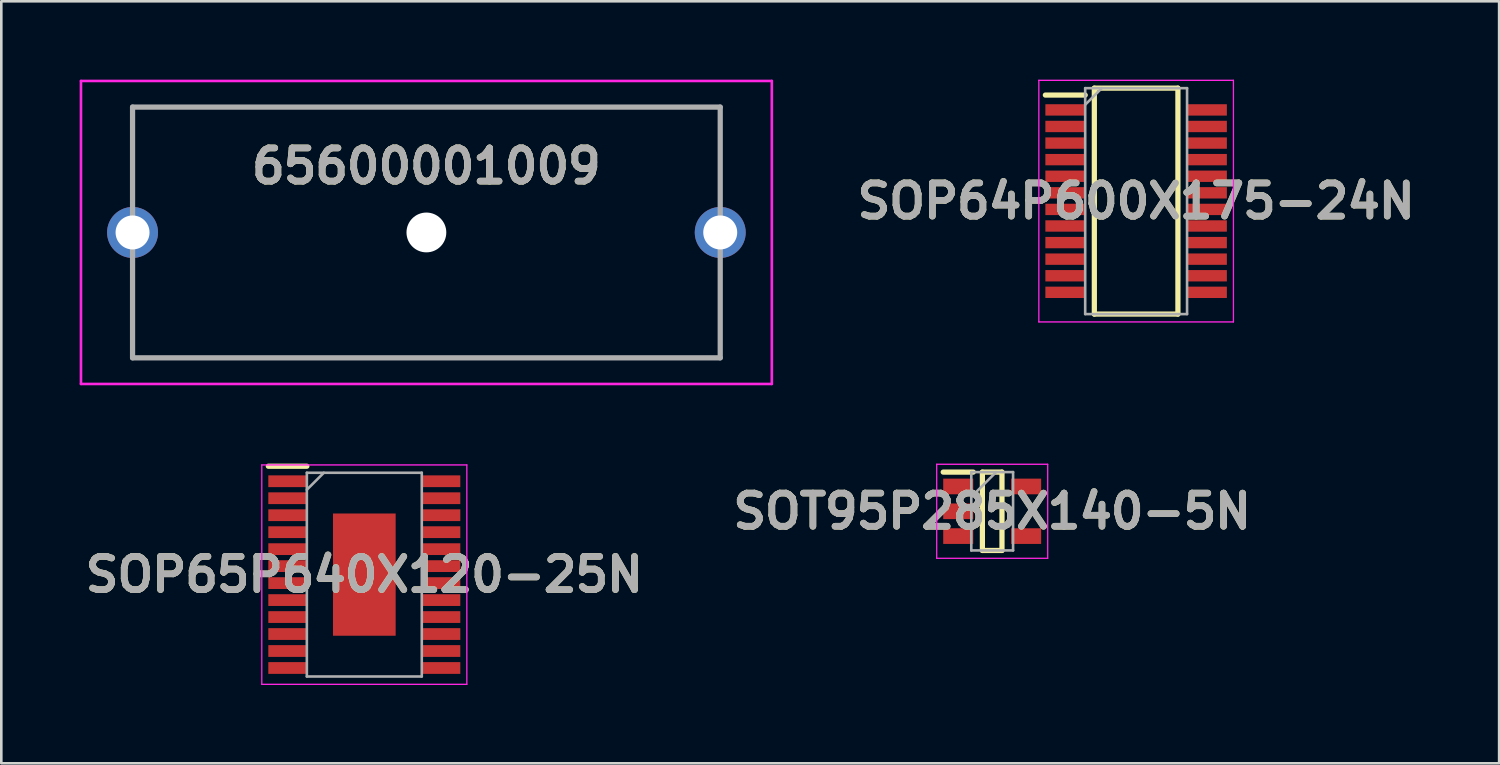
<source format=kicad_pcb>
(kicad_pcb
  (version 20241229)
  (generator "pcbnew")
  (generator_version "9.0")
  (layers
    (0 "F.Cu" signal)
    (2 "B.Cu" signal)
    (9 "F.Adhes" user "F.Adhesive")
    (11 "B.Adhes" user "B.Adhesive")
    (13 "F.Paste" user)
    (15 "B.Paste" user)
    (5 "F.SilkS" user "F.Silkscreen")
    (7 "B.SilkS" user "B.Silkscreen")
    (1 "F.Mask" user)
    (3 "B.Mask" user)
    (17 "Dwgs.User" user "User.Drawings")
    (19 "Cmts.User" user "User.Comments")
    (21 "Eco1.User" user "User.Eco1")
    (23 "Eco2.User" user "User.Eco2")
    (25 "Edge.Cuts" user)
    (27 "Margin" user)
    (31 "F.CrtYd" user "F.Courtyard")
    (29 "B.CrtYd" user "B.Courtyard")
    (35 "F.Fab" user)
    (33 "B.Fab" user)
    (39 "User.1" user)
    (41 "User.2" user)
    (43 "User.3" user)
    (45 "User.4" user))
  (footprint "SOP65P640X120-25N"
    (layer "F.Cu")
    (at 10.898 18.95)
    (property "Reference" "SOP65P640X120-25N" (at 0 0 0) (layer "F.SilkS") (effects (font (size 1.27 1.27) (thickness 0.254))))
    (attr smd)
    (fp_line (start -3.675 -4.15) (end -2.2 -4.15) (stroke (width 0.2) (type solid)) (layer "F.SilkS"))
    (fp_line (start -3.925 -4.2) (end 3.925 -4.2) (stroke (width 0.05) (type solid)) (layer "F.CrtYd"))
    (fp_line (start -3.925 4.2) (end -3.925 -4.2) (stroke (width 0.05) (type solid)) (layer "F.CrtYd"))
    (fp_line (start 3.925 -4.2) (end 3.925 4.2) (stroke (width 0.05) (type solid)) (layer "F.CrtYd"))
    (fp_line (start 3.925 4.2) (end -3.925 4.2) (stroke (width 0.05) (type solid)) (layer "F.CrtYd"))
    (fp_line (start -2.2 -3.9) (end 2.2 -3.9) (stroke (width 0.1) (type solid)) (layer "F.Fab"))
    (fp_line (start -2.2 -3.25) (end -1.55 -3.9) (stroke (width 0.1) (type solid)) (layer "F.Fab"))
    (fp_line (start -2.2 3.9) (end -2.2 -3.9) (stroke (width 0.1) (type solid)) (layer "F.Fab"))
    (fp_line (start 2.2 -3.9) (end 2.2 3.9) (stroke (width 0.1) (type solid)) (layer "F.Fab"))
    (fp_line (start 2.2 3.9) (end -2.2 3.9) (stroke (width 0.1) (type solid)) (layer "F.Fab"))
    (fp_text user "${REFERENCE}" (at 0 0 0) (layer "F.Fab") (effects (font (size 1.27 1.27) (thickness 0.254))))
    (pad "1" smd rect (at -2.938 -3.575 90) (size 0.45 1.475) (layers "F.Cu" "F.Mask" "F.Paste"))
    (pad "2" smd rect (at -2.938 -2.925 90) (size 0.45 1.475) (layers "F.Cu" "F.Mask" "F.Paste"))
    (pad "3" smd rect (at -2.938 -2.275 90) (size 0.45 1.475) (layers "F.Cu" "F.Mask" "F.Paste"))
    (pad "4" smd rect (at -2.938 -1.625 90) (size 0.45 1.475) (layers "F.Cu" "F.Mask" "F.Paste"))
    (pad "5" smd rect (at -2.938 -0.975 90) (size 0.45 1.475) (layers "F.Cu" "F.Mask" "F.Paste"))
    (pad "6" smd rect (at -2.938 -0.325 90) (size 0.45 1.475) (layers "F.Cu" "F.Mask" "F.Paste"))
    (pad "7" smd rect (at -2.938 0.325 90) (size 0.45 1.475) (layers "F.Cu" "F.Mask" "F.Paste"))
    (pad "8" smd rect (at -2.938 0.975 90) (size 0.45 1.475) (layers "F.Cu" "F.Mask" "F.Paste"))
    (pad "9" smd rect (at -2.938 1.625 90) (size 0.45 1.475) (layers "F.Cu" "F.Mask" "F.Paste"))
    (pad "10" smd rect (at -2.938 2.275 90) (size 0.45 1.475) (layers "F.Cu" "F.Mask" "F.Paste"))
    (pad "11" smd rect (at -2.938 2.925 90) (size 0.45 1.475) (layers "F.Cu" "F.Mask" "F.Paste"))
    (pad "12" smd rect (at -2.938 3.575 90) (size 0.45 1.475) (layers "F.Cu" "F.Mask" "F.Paste"))
    (pad "13" smd rect (at 2.938 3.575 90) (size 0.45 1.475) (layers "F.Cu" "F.Mask" "F.Paste"))
    (pad "14" smd rect (at 2.938 2.925 90) (size 0.45 1.475) (layers "F.Cu" "F.Mask" "F.Paste"))
    (pad "15" smd rect (at 2.938 2.275 90) (size 0.45 1.475) (layers "F.Cu" "F.Mask" "F.Paste"))
    (pad "16" smd rect (at 2.938 1.625 90) (size 0.45 1.475) (layers "F.Cu" "F.Mask" "F.Paste"))
    (pad "17" smd rect (at 2.938 0.975 90) (size 0.45 1.475) (layers "F.Cu" "F.Mask" "F.Paste"))
    (pad "18" smd rect (at 2.938 0.325 90) (size 0.45 1.475) (layers "F.Cu" "F.Mask" "F.Paste"))
    (pad "19" smd rect (at 2.938 -0.325 90) (size 0.45 1.475) (layers "F.Cu" "F.Mask" "F.Paste"))
    (pad "20" smd rect (at 2.938 -0.975 90) (size 0.45 1.475) (layers "F.Cu" "F.Mask" "F.Paste"))
    (pad "21" smd rect (at 2.938 -1.625 90) (size 0.45 1.475) (layers "F.Cu" "F.Mask" "F.Paste"))
    (pad "22" smd rect (at 2.938 -2.275 90) (size 0.45 1.475) (layers "F.Cu" "F.Mask" "F.Paste"))
    (pad "23" smd rect (at 2.938 -2.925 90) (size 0.45 1.475) (layers "F.Cu" "F.Mask" "F.Paste"))
    (pad "24" smd rect (at 2.938 -3.575 90) (size 0.45 1.475) (layers "F.Cu" "F.Mask" "F.Paste"))
    (pad "25" smd rect (at 0 0) (size 2.4 4.68) (layers "F.Cu" "F.Mask" "F.Paste")))
  (footprint "65600001009"
    (layer "F.Cu")
    (at 13.275 5.85)
    (property "Reference" "65600001009" (at 0 -2.54 0) (layer "F.SilkS") (effects (font (size 1.27 1.27) (thickness 0.254))))
    (attr through_hole)
    (fp_line (start -11.25 -4.8) (end 11.25 -4.8) (stroke (width 0.1) (type solid)) (layer "F.SilkS"))
    (fp_line (start -11.25 -2) (end -11.25 -4.8) (stroke (width 0.1) (type solid)) (layer "F.SilkS"))
    (fp_line (start -11.25 2) (end -11.25 4.8) (stroke (width 0.1) (type solid)) (layer "F.SilkS"))
    (fp_line (start -11.25 4.8) (end 11.25 4.8) (stroke (width 0.1) (type solid)) (layer "F.SilkS"))
    (fp_line (start 11.25 -4.8) (end 11.25 -2) (stroke (width 0.1) (type solid)) (layer "F.SilkS"))
    (fp_line (start 11.25 4.8) (end 11.25 2) (stroke (width 0.1) (type solid)) (layer "F.SilkS"))
    (fp_line (start -13.225 -5.8) (end 13.225 -5.8) (stroke (width 0.1) (type solid)) (layer "F.CrtYd"))
    (fp_line (start -13.225 5.8) (end -13.225 -5.8) (stroke (width 0.1) (type solid)) (layer "F.CrtYd"))
    (fp_line (start 13.225 -5.8) (end 13.225 5.8) (stroke (width 0.1) (type solid)) (layer "F.CrtYd"))
    (fp_line (start 13.225 5.8) (end -13.225 5.8) (stroke (width 0.1) (type solid)) (layer "F.CrtYd"))
    (fp_line (start -11.25 -4.8) (end 11.25 -4.8) (stroke (width 0.2) (type solid)) (layer "F.Fab"))
    (fp_line (start -11.25 4.8) (end -11.25 -4.8) (stroke (width 0.2) (type solid)) (layer "F.Fab"))
    (fp_line (start 11.25 -4.8) (end 11.25 4.8) (stroke (width 0.2) (type solid)) (layer "F.Fab"))
    (fp_line (start 11.25 4.8) (end -11.25 4.8) (stroke (width 0.2) (type solid)) (layer "F.Fab"))
    (fp_text user "${REFERENCE}" (at 0 -2.54 0) (layer "F.Fab") (effects (font (size 1.27 1.27) (thickness 0.254))))
    (pad "" np_thru_hole circle (at 0 0) (size 1.524 1.524) (drill 2.7) (layers "*.Cu" "*.Mask"))
    (pad "1" thru_hole circle (at -11.25 0) (size 1.95 1.95) (drill 1.3) (layers "*.Cu" "*.Mask"))
    (pad "2" thru_hole circle (at 11.25 0) (size 1.95 1.95) (drill 1.3) (layers "*.Cu" "*.Mask")))
  (footprint "SOT95P285X140-5N"
    (layer "F.Cu")
    (at 34.937 16.525)
    (property "Reference" "SOT95P285X140-5N" (at 0 0 0) (layer "F.SilkS") (effects (font (size 1.27 1.27) (thickness 0.254))))
    (attr smd)
    (fp_line (start -1.875 -1.5) (end -0.725 -1.5) (stroke (width 0.2) (type solid)) (layer "F.SilkS"))
    (fp_line (start -0.375 -1.5) (end 0.375 -1.5) (stroke (width 0.2) (type solid)) (layer "F.SilkS"))
    (fp_line (start -0.375 1.5) (end -0.375 -1.5) (stroke (width 0.2) (type solid)) (layer "F.SilkS"))
    (fp_line (start 0.375 -1.5) (end 0.375 1.5) (stroke (width 0.2) (type solid)) (layer "F.SilkS"))
    (fp_line (start 0.375 1.5) (end -0.375 1.5) (stroke (width 0.2) (type solid)) (layer "F.SilkS"))
    (fp_line (start -2.125 -1.8) (end 2.125 -1.8) (stroke (width 0.05) (type solid)) (layer "F.CrtYd"))
    (fp_line (start -2.125 1.8) (end -2.125 -1.8) (stroke (width 0.05) (type solid)) (layer "F.CrtYd"))
    (fp_line (start 2.125 -1.8) (end 2.125 1.8) (stroke (width 0.05) (type solid)) (layer "F.CrtYd"))
    (fp_line (start 2.125 1.8) (end -2.125 1.8) (stroke (width 0.05) (type solid)) (layer "F.CrtYd"))
    (fp_line (start -0.8 -1.5) (end 0.8 -1.5) (stroke (width 0.1) (type solid)) (layer "F.Fab"))
    (fp_line (start -0.8 -0.55) (end 0.15 -1.5) (stroke (width 0.1) (type solid)) (layer "F.Fab"))
    (fp_line (start -0.8 1.5) (end -0.8 -1.5) (stroke (width 0.1) (type solid)) (layer "F.Fab"))
    (fp_line (start 0.8 -1.5) (end 0.8 1.5) (stroke (width 0.1) (type solid)) (layer "F.Fab"))
    (fp_line (start 0.8 1.5) (end -0.8 1.5) (stroke (width 0.1) (type solid)) (layer "F.Fab"))
    (fp_text user "${REFERENCE}" (at 0 0 0) (layer "F.Fab") (effects (font (size 1.27 1.27) (thickness 0.254))))
    (pad "1" smd rect (at -1.3 -0.95 90) (size 0.6 1.15) (layers "F.Cu" "F.Mask" "F.Paste"))
    (pad "2" smd rect (at -1.3 0 90) (size 0.6 1.15) (layers "F.Cu" "F.Mask" "F.Paste"))
    (pad "3" smd rect (at -1.3 0.95 90) (size 0.6 1.15) (layers "F.Cu" "F.Mask" "F.Paste"))
    (pad "4" smd rect (at 1.3 0.95 90) (size 0.6 1.15) (layers "F.Cu" "F.Mask" "F.Paste"))
    (pad "5" smd rect (at 1.3 -0.95 90) (size 0.6 1.15) (layers "F.Cu" "F.Mask" "F.Paste")))
  (footprint "SOP64P600X175-24N"
    (layer "F.Cu")
    (at 40.448 4.65)
    (property "Reference" "SOP64P600X175-24N" (at 0 0 0) (layer "F.SilkS") (effects (font (size 1.27 1.27) (thickness 0.254))))
    (attr smd)
    (fp_line (start -3.475 -4.06) (end -1.95 -4.06) (stroke (width 0.2) (type solid)) (layer "F.SilkS"))
    (fp_line (start -1.6 -4.325) (end 1.6 -4.325) (stroke (width 0.2) (type solid)) (layer "F.SilkS"))
    (fp_line (start -1.6 4.325) (end -1.6 -4.325) (stroke (width 0.2) (type solid)) (layer "F.SilkS"))
    (fp_line (start 1.6 -4.325) (end 1.6 4.325) (stroke (width 0.2) (type solid)) (layer "F.SilkS"))
    (fp_line (start 1.6 4.325) (end -1.6 4.325) (stroke (width 0.2) (type solid)) (layer "F.SilkS"))
    (fp_line (start -3.725 -4.625) (end 3.725 -4.625) (stroke (width 0.05) (type solid)) (layer "F.CrtYd"))
    (fp_line (start -3.725 4.625) (end -3.725 -4.625) (stroke (width 0.05) (type solid)) (layer "F.CrtYd"))
    (fp_line (start 3.725 -4.625) (end 3.725 4.625) (stroke (width 0.05) (type solid)) (layer "F.CrtYd"))
    (fp_line (start 3.725 4.625) (end -3.725 4.625) (stroke (width 0.05) (type solid)) (layer "F.CrtYd"))
    (fp_line (start -1.95 -4.325) (end 1.95 -4.325) (stroke (width 0.1) (type solid)) (layer "F.Fab"))
    (fp_line (start -1.95 -3.69) (end -1.315 -4.325) (stroke (width 0.1) (type solid)) (layer "F.Fab"))
    (fp_line (start -1.95 4.325) (end -1.95 -4.325) (stroke (width 0.1) (type solid)) (layer "F.Fab"))
    (fp_line (start 1.95 -4.325) (end 1.95 4.325) (stroke (width 0.1) (type solid)) (layer "F.Fab"))
    (fp_line (start 1.95 4.325) (end -1.95 4.325) (stroke (width 0.1) (type solid)) (layer "F.Fab"))
    (fp_text user "${REFERENCE}" (at 0 0 0) (layer "F.Fab") (effects (font (size 1.27 1.27) (thickness 0.254))))
    (pad "1" smd rect (at -2.712 -3.492 90) (size 0.435 1.525) (layers "F.Cu" "F.Mask" "F.Paste"))
    (pad "2" smd rect (at -2.712 -2.858 90) (size 0.435 1.525) (layers "F.Cu" "F.Mask" "F.Paste"))
    (pad "3" smd rect (at -2.712 -2.222 90) (size 0.435 1.525) (layers "F.Cu" "F.Mask" "F.Paste"))
    (pad "4" smd rect (at -2.712 -1.588 90) (size 0.435 1.525) (layers "F.Cu" "F.Mask" "F.Paste"))
    (pad "5" smd rect (at -2.712 -0.952 90) (size 0.435 1.525) (layers "F.Cu" "F.Mask" "F.Paste"))
    (pad "6" smd rect (at -2.712 -0.318 90) (size 0.435 1.525) (layers "F.Cu" "F.Mask" "F.Paste"))
    (pad "7" smd rect (at -2.712 0.318 90) (size 0.435 1.525) (layers "F.Cu" "F.Mask" "F.Paste"))
    (pad "8" smd rect (at -2.712 0.952 90) (size 0.435 1.525) (layers "F.Cu" "F.Mask" "F.Paste"))
    (pad "9" smd rect (at -2.712 1.588 90) (size 0.435 1.525) (layers "F.Cu" "F.Mask" "F.Paste"))
    (pad "10" smd rect (at -2.712 2.222 90) (size 0.435 1.525) (layers "F.Cu" "F.Mask" "F.Paste"))
    (pad "11" smd rect (at -2.712 2.858 90) (size 0.435 1.525) (layers "F.Cu" "F.Mask" "F.Paste"))
    (pad "12" smd rect (at -2.712 3.492 90) (size 0.435 1.525) (layers "F.Cu" "F.Mask" "F.Paste"))
    (pad "13" smd rect (at 2.712 3.492 90) (size 0.435 1.525) (layers "F.Cu" "F.Mask" "F.Paste"))
    (pad "14" smd rect (at 2.712 2.858 90) (size 0.435 1.525) (layers "F.Cu" "F.Mask" "F.Paste"))
    (pad "15" smd rect (at 2.712 2.222 90) (size 0.435 1.525) (layers "F.Cu" "F.Mask" "F.Paste"))
    (pad "16" smd rect (at 2.712 1.588 90) (size 0.435 1.525) (layers "F.Cu" "F.Mask" "F.Paste"))
    (pad "17" smd rect (at 2.712 0.952 90) (size 0.435 1.525) (layers "F.Cu" "F.Mask" "F.Paste"))
    (pad "18" smd rect (at 2.712 0.318 90) (size 0.435 1.525) (layers "F.Cu" "F.Mask" "F.Paste"))
    (pad "19" smd rect (at 2.712 -0.318 90) (size 0.435 1.525) (layers "F.Cu" "F.Mask" "F.Paste"))
    (pad "20" smd rect (at 2.712 -0.952 90) (size 0.435 1.525) (layers "F.Cu" "F.Mask" "F.Paste"))
    (pad "21" smd rect (at 2.712 -1.588 90) (size 0.435 1.525) (layers "F.Cu" "F.Mask" "F.Paste"))
    (pad "22" smd rect (at 2.712 -2.222 90) (size 0.435 1.525) (layers "F.Cu" "F.Mask" "F.Paste"))
    (pad "23" smd rect (at 2.712 -2.858 90) (size 0.435 1.525) (layers "F.Cu" "F.Mask" "F.Paste"))
    (pad "24" smd rect (at 2.712 -3.492 90) (size 0.435 1.525) (layers "F.Cu" "F.Mask" "F.Paste")))
  (gr_rect
    (start -3 -3)
    (end 54.346 26.175)
    (stroke (width 0.1) (type default))
    (fill no)
    (layer "Edge.Cuts")))
</source>
